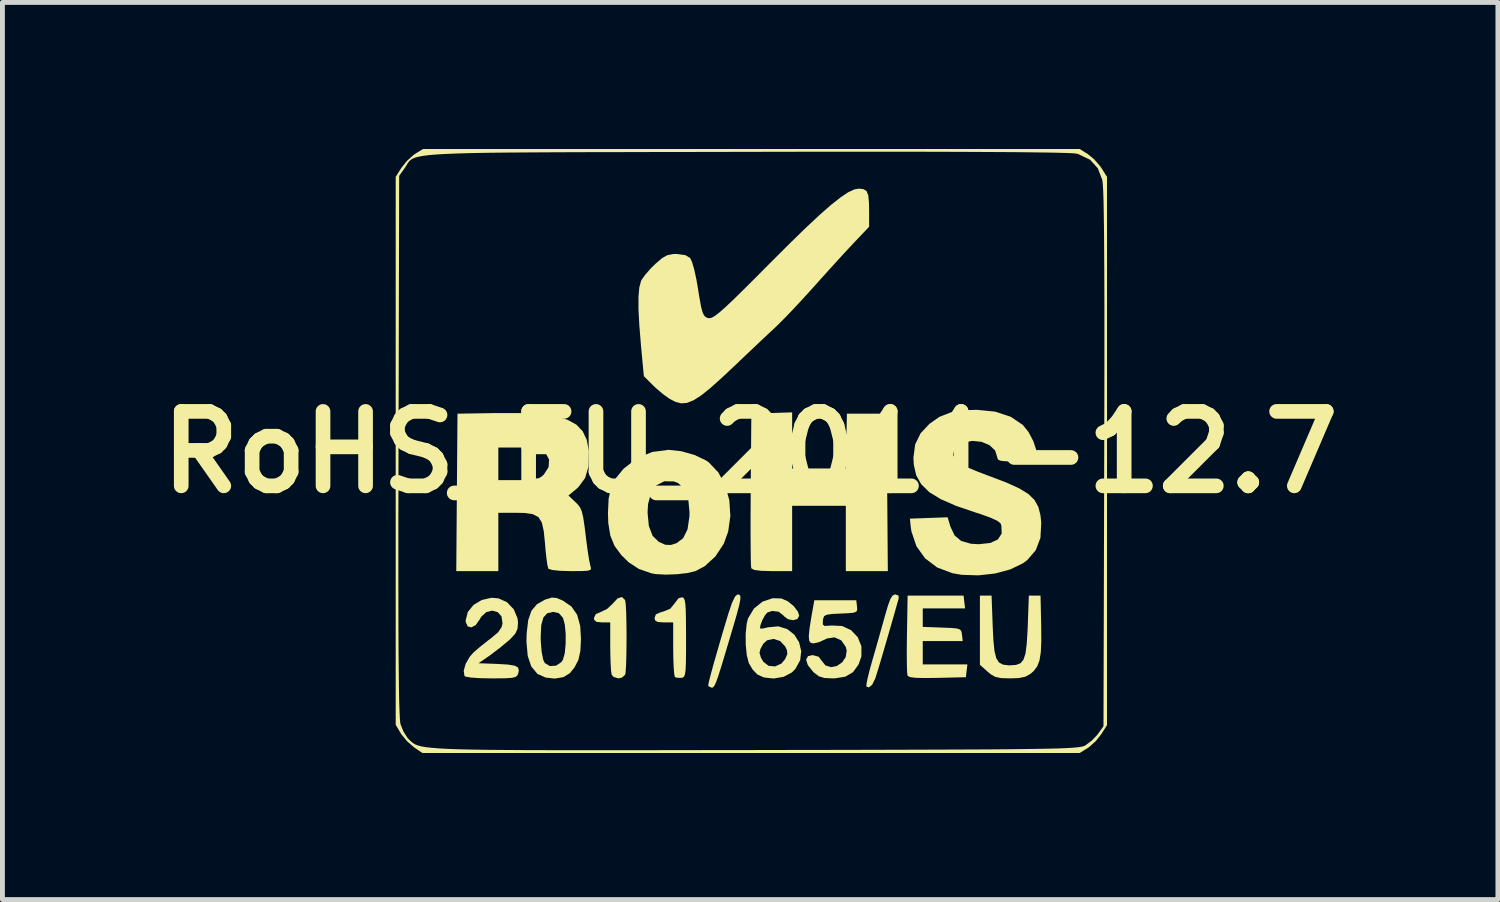
<source format=kicad_pcb>
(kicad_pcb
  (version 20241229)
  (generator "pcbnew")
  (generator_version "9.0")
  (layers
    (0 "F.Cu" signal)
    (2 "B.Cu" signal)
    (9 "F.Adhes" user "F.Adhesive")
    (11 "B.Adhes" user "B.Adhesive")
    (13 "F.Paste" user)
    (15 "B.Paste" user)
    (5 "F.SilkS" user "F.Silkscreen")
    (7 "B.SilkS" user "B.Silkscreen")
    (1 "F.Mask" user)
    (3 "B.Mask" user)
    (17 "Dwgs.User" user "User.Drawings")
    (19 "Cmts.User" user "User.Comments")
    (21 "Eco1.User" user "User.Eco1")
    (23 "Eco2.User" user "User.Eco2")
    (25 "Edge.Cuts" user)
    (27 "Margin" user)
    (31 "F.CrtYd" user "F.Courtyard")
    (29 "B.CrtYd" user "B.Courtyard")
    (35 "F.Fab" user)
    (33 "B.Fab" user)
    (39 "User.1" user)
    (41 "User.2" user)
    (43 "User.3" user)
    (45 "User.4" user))
  (footprint "RoHS_EU_2011-12.7"
    (layer "F.Cu")
    (at 12.308 6.207)
    (property "Reference" "RoHS_EU_2011-12.7" (at 0 0 0) (layer "F.SilkS") (effects (font (size 1.524 1.524) (thickness 0.3))))
    (attr board_only exclude_from_pos_files exclude_from_bom)
    (fp_poly (pts (xy 0.859 0.334) (xy 1.954 0.334) (xy 1.981 -0.788) (xy 2.793 -0.788) (xy 2.818 2.435) (xy 1.958 2.435) (xy 1.958 1.098) (xy 0.859 1.098) (xy 0.859 2.435) (xy 0.452 2.435) (xy 0.224 2.429) (xy 0.084 2.411) (xy 0.024 2.379) (xy 0.022 2.375) (xy 0.016 2.314) (xy 0.012 2.17) (xy 0.01 1.953) (xy 0.008 1.677) (xy 0.008 1.352) (xy 0.01 0.991) (xy 0.011 0.764) (xy 0.024 -0.788) (xy 0.859 -0.815)) (stroke (width 0) (type solid)) (fill yes) (layer "F.SilkS"))
    (fp_poly (pts (xy 3.039 2.938) (xy 3.039 2.996) (xy 2.982 3.2) (xy 2.913 3.443) (xy 2.837 3.706) (xy 2.76 3.97) (xy 2.689 4.214) (xy 2.627 4.42) (xy 2.582 4.567) (xy 2.563 4.627) (xy 2.498 4.76) (xy 2.43 4.816) (xy 2.379 4.798) (xy 2.381 4.745) (xy 2.406 4.62) (xy 2.45 4.444) (xy 2.495 4.284) (xy 2.572 4.016) (xy 2.656 3.719) (xy 2.733 3.445) (xy 2.758 3.354) (xy 2.82 3.143) (xy 2.869 3.009) (xy 2.913 2.938) (xy 2.96 2.913) (xy 2.971 2.912)) (stroke (width 0) (type solid)) (fill yes) (layer "F.SilkS"))
    (fp_poly (pts (xy -0.219 2.92) (xy -0.2 2.952) (xy -0.202 3.023) (xy -0.228 3.147) (xy -0.279 3.337) (xy -0.337 3.537) (xy -0.449 3.914) (xy -0.537 4.209) (xy -0.605 4.432) (xy -0.657 4.594) (xy -0.696 4.703) (xy -0.727 4.771) (xy -0.751 4.807) (xy -0.773 4.82) (xy -0.789 4.822) (xy -0.852 4.793) (xy -0.859 4.77) (xy -0.846 4.701) (xy -0.808 4.554) (xy -0.75 4.34) (xy -0.673 4.073) (xy -0.584 3.764) (xy -0.483 3.426) (xy -0.447 3.306) (xy -0.373 3.088) (xy -0.31 2.955) (xy -0.26 2.912)) (stroke (width 0) (type solid)) (fill yes) (layer "F.SilkS"))
    (fp_poly (pts (xy 4.384 3.068) (xy 4.399 3.199) (xy 3.533 3.199) (xy 3.533 3.577) (xy 3.927 3.591) (xy 4.12 3.599) (xy 4.238 3.611) (xy 4.3 3.634) (xy 4.326 3.675) (xy 4.336 3.736) (xy 4.351 3.867) (xy 3.533 3.867) (xy 3.533 4.345) (xy 4.447 4.345) (xy 4.431 4.476) (xy 4.416 4.607) (xy 3.831 4.621) (xy 3.57 4.624) (xy 3.392 4.62) (xy 3.282 4.607) (xy 3.229 4.584) (xy 3.221 4.571) (xy 3.213 4.504) (xy 3.208 4.359) (xy 3.206 4.153) (xy 3.207 3.905) (xy 3.21 3.722) (xy 3.223 2.936) (xy 4.369 2.936)) (stroke (width 0) (type solid)) (fill yes) (layer "F.SilkS"))
    (fp_poly (pts (xy -2.563 3.026) (xy -2.559 3.036) (xy -2.548 3.113) (xy -2.539 3.265) (xy -2.534 3.468) (xy -2.531 3.702) (xy -2.532 3.944) (xy -2.535 4.172) (xy -2.541 4.366) (xy -2.55 4.503) (xy -2.559 4.556) (xy -2.625 4.615) (xy -2.698 4.631) (xy -2.795 4.602) (xy -2.836 4.556) (xy -2.848 4.478) (xy -2.857 4.329) (xy -2.863 4.133) (xy -2.865 3.983) (xy -2.865 3.485) (xy -3.032 3.485) (xy -3.148 3.474) (xy -3.194 3.432) (xy -3.199 3.394) (xy -3.159 3.313) (xy -3.056 3.271) (xy -2.93 3.21) (xy -2.818 3.105) (xy -2.814 3.1) (xy -2.712 2.991) (xy -2.625 2.965)) (stroke (width 0) (type solid)) (fill yes) (layer "F.SilkS"))
    (fp_poly (pts (xy -1.364 2.984) (xy -1.343 3.023) (xy -1.328 3.1) (xy -1.319 3.228) (xy -1.315 3.421) (xy -1.313 3.692) (xy -1.313 3.796) (xy -1.313 4.092) (xy -1.316 4.306) (xy -1.322 4.451) (xy -1.334 4.542) (xy -1.352 4.592) (xy -1.379 4.614) (xy -1.41 4.621) (xy -1.505 4.618) (xy -1.542 4.601) (xy -1.555 4.543) (xy -1.566 4.409) (xy -1.573 4.221) (xy -1.576 4.026) (xy -1.576 3.485) (xy -1.767 3.485) (xy -1.892 3.477) (xy -1.947 3.444) (xy -1.958 3.392) (xy -1.929 3.319) (xy -1.829 3.276) (xy -1.789 3.267) (xy -1.638 3.207) (xy -1.547 3.095) (xy -1.468 2.992) (xy -1.394 2.97)) (stroke (width 0) (type solid)) (fill yes) (layer "F.SilkS"))
    (fp_poly (pts (xy 4.965 3.567) (xy 4.98 3.862) (xy 5.002 4.074) (xy 5.038 4.217) (xy 5.092 4.304) (xy 5.173 4.349) (xy 5.284 4.363) (xy 5.323 4.364) (xy 5.445 4.355) (xy 5.534 4.321) (xy 5.595 4.248) (xy 5.636 4.123) (xy 5.661 3.932) (xy 5.678 3.664) (xy 5.682 3.567) (xy 5.705 2.936) (xy 5.944 2.936) (xy 5.958 3.555) (xy 5.96 3.864) (xy 5.95 4.093) (xy 5.923 4.262) (xy 5.877 4.384) (xy 5.806 4.479) (xy 5.74 4.537) (xy 5.635 4.596) (xy 5.49 4.625) (xy 5.318 4.631) (xy 5.141 4.626) (xy 5.022 4.602) (xy 4.927 4.549) (xy 4.859 4.492) (xy 4.703 4.353) (xy 4.703 2.936) (xy 4.942 2.936)) (stroke (width 0) (type solid)) (fill yes) (layer "F.SilkS"))
    (fp_poly (pts (xy -3.965 2.984) (xy -3.837 3.038) (xy -3.836 3.038) (xy -3.659 3.16) (xy -3.543 3.328) (xy -3.48 3.556) (xy -3.464 3.819) (xy -3.476 4.068) (xy -3.517 4.254) (xy -3.597 4.408) (xy -3.691 4.524) (xy -3.822 4.605) (xy -3.999 4.635) (xy -4.186 4.615) (xy -4.348 4.543) (xy -4.361 4.533) (xy -4.482 4.387) (xy -4.554 4.173) (xy -4.58 3.884) (xy -4.578 3.771) (xy -4.289 3.771) (xy -4.287 3.872) (xy -4.269 4.092) (xy -4.237 4.25) (xy -4.206 4.316) (xy -4.1 4.379) (xy -3.975 4.371) (xy -3.866 4.298) (xy -3.833 4.249) (xy -3.796 4.117) (xy -3.778 3.928) (xy -3.777 3.72) (xy -3.795 3.529) (xy -3.832 3.394) (xy -3.834 3.39) (xy -3.918 3.295) (xy -4.034 3.27) (xy -4.154 3.297) (xy -4.233 3.383) (xy -4.277 3.538) (xy -4.289 3.771) (xy -4.578 3.771) (xy -4.576 3.709) (xy -4.545 3.441) (xy -4.478 3.247) (xy -4.365 3.112) (xy -4.197 3.018) (xy -4.187 3.015) (xy -4.065 2.977)) (stroke (width 0) (type solid)) (fill yes) (layer "F.SilkS"))
    (fp_poly (pts (xy -5.155 2.992) (xy -4.978 3.072) (xy -4.839 3.218) (xy -4.762 3.404) (xy -4.753 3.492) (xy -4.764 3.618) (xy -4.809 3.716) (xy -4.907 3.822) (xy -4.949 3.86) (xy -5.111 3.995) (xy -5.289 4.131) (xy -5.354 4.178) (xy -5.562 4.321) (xy -5.18 4.335) (xy -4.961 4.348) (xy -4.823 4.37) (xy -4.752 4.409) (xy -4.736 4.47) (xy -4.749 4.531) (xy -4.769 4.575) (xy -4.809 4.604) (xy -4.885 4.621) (xy -5.015 4.629) (xy -5.218 4.631) (xy -5.3 4.631) (xy -5.53 4.627) (xy -5.709 4.615) (xy -5.821 4.597) (xy -5.849 4.582) (xy -5.865 4.476) (xy -5.825 4.334) (xy -5.741 4.188) (xy -5.665 4.102) (xy -5.534 3.988) (xy -5.374 3.861) (xy -5.3 3.805) (xy -5.159 3.686) (xy -5.088 3.579) (xy -5.07 3.503) (xy -5.091 3.362) (xy -5.169 3.275) (xy -5.281 3.244) (xy -5.402 3.274) (xy -5.507 3.37) (xy -5.538 3.425) (xy -5.619 3.539) (xy -5.708 3.587) (xy -5.783 3.567) (xy -5.823 3.477) (xy -5.825 3.444) (xy -5.781 3.272) (xy -5.664 3.128) (xy -5.496 3.026) (xy -5.297 2.981)) (stroke (width 0) (type solid)) (fill yes) (layer "F.SilkS"))
    (fp_poly (pts (xy -1.409 -0.019) (xy -1.14 0.057) (xy -0.907 0.168) (xy -0.846 0.21) (xy -0.651 0.416) (xy -0.51 0.682) (xy -0.427 0.986) (xy -0.406 1.309) (xy -0.451 1.628) (xy -0.541 1.875) (xy -0.713 2.136) (xy -0.933 2.336) (xy -1.118 2.434) (xy -1.282 2.474) (xy -1.5 2.499) (xy -1.732 2.507) (xy -1.935 2.496) (xy -2.019 2.481) (xy -2.277 2.392) (xy -2.487 2.255) (xy -2.638 2.107) (xy -2.777 1.919) (xy -2.863 1.709) (xy -2.905 1.45) (xy -2.912 1.241) (xy -2.911 1.233) (xy -2.101 1.233) (xy -2.075 1.51) (xy -1.998 1.712) (xy -1.871 1.836) (xy -1.869 1.837) (xy -1.737 1.896) (xy -1.626 1.9) (xy -1.509 1.864) (xy -1.373 1.762) (xy -1.283 1.58) (xy -1.244 1.321) (xy -1.242 1.232) (xy -1.268 0.959) (xy -1.346 0.758) (xy -1.473 0.634) (xy -1.564 0.599) (xy -1.759 0.596) (xy -1.916 0.676) (xy -2.028 0.832) (xy -2.09 1.059) (xy -2.101 1.233) (xy -2.911 1.233) (xy -2.898 0.952) (xy -2.848 0.726) (xy -2.752 0.535) (xy -2.601 0.35) (xy -2.587 0.335) (xy -2.319 0.126) (xy -2.006 -0.004) (xy -1.673 -0.048)) (stroke (width 0) (type solid)) (fill yes) (layer "F.SilkS"))
    (fp_poly (pts (xy 2.187 3.161) (xy 2.191 3.227) (xy 2.172 3.267) (xy 2.109 3.288) (xy 1.983 3.298) (xy 1.853 3.304) (xy 1.673 3.313) (xy 1.568 3.328) (xy 1.515 3.356) (xy 1.495 3.406) (xy 1.489 3.445) (xy 1.486 3.526) (xy 1.52 3.557) (xy 1.615 3.553) (xy 1.661 3.548) (xy 1.883 3.559) (xy 2.067 3.645) (xy 2.203 3.789) (xy 2.277 3.973) (xy 2.277 4.181) (xy 2.22 4.344) (xy 2.105 4.504) (xy 1.948 4.596) (xy 1.731 4.63) (xy 1.681 4.631) (xy 1.516 4.623) (xy 1.405 4.588) (xy 1.307 4.513) (xy 1.285 4.492) (xy 1.179 4.357) (xy 1.145 4.248) (xy 1.184 4.176) (xy 1.278 4.154) (xy 1.402 4.188) (xy 1.457 4.261) (xy 1.541 4.366) (xy 1.654 4.401) (xy 1.775 4.377) (xy 1.882 4.304) (xy 1.956 4.195) (xy 1.976 4.061) (xy 1.957 3.986) (xy 1.863 3.851) (xy 1.725 3.791) (xy 1.569 3.815) (xy 1.53 3.835) (xy 1.403 3.892) (xy 1.294 3.915) (xy 1.238 3.903) (xy 1.207 3.858) (xy 1.2 3.765) (xy 1.215 3.61) (xy 1.252 3.377) (xy 1.258 3.342) (xy 1.313 3.032) (xy 2.172 3.032)) (stroke (width 0) (type solid)) (fill yes) (layer "F.SilkS"))
    (fp_poly (pts (xy 0.637 2.995) (xy 0.766 3.05) (xy 0.89 3.15) (xy 0.978 3.266) (xy 1.003 3.349) (xy 0.966 3.417) (xy 0.879 3.44) (xy 0.776 3.42) (xy 0.69 3.357) (xy 0.68 3.342) (xy 0.582 3.266) (xy 0.45 3.25) (xy 0.349 3.284) (xy 0.3 3.344) (xy 0.247 3.443) (xy 0.209 3.544) (xy 0.202 3.607) (xy 0.205 3.611) (xy 0.257 3.61) (xy 0.361 3.587) (xy 0.366 3.585) (xy 0.577 3.566) (xy 0.759 3.622) (xy 0.904 3.737) (xy 1.002 3.894) (xy 1.045 4.074) (xy 1.023 4.26) (xy 0.926 4.436) (xy 0.852 4.511) (xy 0.685 4.599) (xy 0.481 4.634) (xy 0.28 4.612) (xy 0.149 4.553) (xy 0.053 4.454) (xy -0.026 4.322) (xy -0.029 4.316) (xy -0.07 4.156) (xy -0.075 4.106) (xy 0.191 4.106) (xy 0.217 4.199) (xy 0.267 4.289) (xy 0.376 4.374) (xy 0.511 4.386) (xy 0.64 4.327) (xy 0.715 4.237) (xy 0.761 4.133) (xy 0.751 4.048) (xy 0.715 3.975) (xy 0.611 3.865) (xy 0.478 3.823) (xy 0.347 3.851) (xy 0.267 3.923) (xy 0.21 4.03) (xy 0.191 4.106) (xy -0.075 4.106) (xy -0.091 3.941) (xy -0.092 3.713) (xy -0.071 3.51) (xy -0.045 3.405) (xy 0.076 3.203) (xy 0.252 3.06) (xy 0.461 2.99)) (stroke (width 0) (type solid)) (fill yes) (layer "F.SilkS"))
    (fp_poly (pts (xy -4.702 -0.8) (xy -4.306 -0.779) (xy -3.987 -0.735) (xy -3.74 -0.663) (xy -3.556 -0.562) (xy -3.428 -0.427) (xy -3.347 -0.255) (xy -3.307 -0.044) (xy -3.304 -0.006) (xy -3.31 0.293) (xy -3.38 0.53) (xy -3.516 0.715) (xy -3.559 0.753) (xy -3.721 0.887) (xy -3.581 1.019) (xy -3.522 1.078) (xy -3.479 1.138) (xy -3.446 1.217) (xy -3.419 1.332) (xy -3.393 1.501) (xy -3.363 1.742) (xy -3.351 1.838) (xy -3.325 2.033) (xy -3.298 2.203) (xy -3.274 2.315) (xy -3.271 2.328) (xy -3.258 2.378) (xy -3.271 2.41) (xy -3.326 2.427) (xy -3.441 2.434) (xy -3.632 2.435) (xy -3.668 2.435) (xy -3.89 2.429) (xy -4.048 2.413) (xy -4.128 2.388) (xy -4.133 2.382) (xy -4.151 2.314) (xy -4.171 2.174) (xy -4.191 1.987) (xy -4.2 1.873) (xy -4.226 1.616) (xy -4.266 1.44) (xy -4.335 1.33) (xy -4.448 1.27) (xy -4.619 1.245) (xy -4.804 1.241) (xy -5.156 1.241) (xy -5.156 2.435) (xy -6.017 2.435) (xy -6.003 0.573) (xy -5.156 0.573) (xy -4.748 0.573) (xy -4.545 0.57) (xy -4.412 0.559) (xy -4.324 0.533) (xy -4.256 0.487) (xy -4.223 0.456) (xy -4.127 0.306) (xy -4.117 0.15) (xy -4.194 0.007) (xy -4.202 0) (xy -4.262 -0.047) (xy -4.344 -0.076) (xy -4.47 -0.09) (xy -4.663 -0.095) (xy -4.727 -0.095) (xy -5.156 -0.095) (xy -5.156 0.573) (xy -6.003 0.573) (xy -5.992 -0.788) (xy -5.186 -0.801)) (stroke (width 0) (type solid)) (fill yes) (layer "F.SilkS"))
    (fp_poly (pts (xy 2.32 -5.385) (xy 2.383 -5.345) (xy 2.418 -5.257) (xy 2.432 -5.103) (xy 2.435 -4.93) (xy 2.435 -4.615) (xy 2.137 -4.301) (xy 1.998 -4.153) (xy 1.816 -3.955) (xy 1.61 -3.728) (xy 1.399 -3.494) (xy 1.302 -3.385) (xy 1.101 -3.164) (xy 0.901 -2.948) (xy 0.719 -2.758) (xy 0.572 -2.61) (xy 0.514 -2.554) (xy 0.388 -2.438) (xy 0.214 -2.274) (xy 0.01 -2.081) (xy -0.204 -1.878) (xy -0.286 -1.799) (xy -0.579 -1.524) (xy -0.816 -1.312) (xy -1.007 -1.159) (xy -1.164 -1.06) (xy -1.296 -1.008) (xy -1.413 -1) (xy -1.527 -1.029) (xy -1.647 -1.09) (xy -1.657 -1.097) (xy -1.783 -1.187) (xy -1.929 -1.311) (xy -1.994 -1.373) (xy -2.177 -1.556) (xy -2.235 -2.175) (xy -2.269 -2.593) (xy -2.287 -2.926) (xy -2.287 -3.182) (xy -2.27 -3.371) (xy -2.235 -3.502) (xy -2.224 -3.526) (xy -2.151 -3.63) (xy -2.035 -3.762) (xy -1.938 -3.858) (xy -1.802 -3.974) (xy -1.694 -4.034) (xy -1.577 -4.057) (xy -1.512 -4.058) (xy -1.325 -4.033) (xy -1.229 -3.975) (xy -1.19 -3.892) (xy -1.145 -3.737) (xy -1.101 -3.534) (xy -1.078 -3.404) (xy -1.037 -3.151) (xy -1.005 -2.977) (xy -0.975 -2.865) (xy -0.945 -2.8) (xy -0.908 -2.764) (xy -0.875 -2.749) (xy -0.836 -2.742) (xy -0.788 -2.753) (xy -0.723 -2.79) (xy -0.634 -2.857) (xy -0.515 -2.961) (xy -0.357 -3.11) (xy -0.155 -3.308) (xy 0.1 -3.562) (xy 0.406 -3.87) (xy 0.801 -4.264) (xy 1.137 -4.592) (xy 1.421 -4.857) (xy 1.656 -5.063) (xy 1.85 -5.216) (xy 2.005 -5.32) (xy 2.129 -5.378) (xy 2.221 -5.395)) (stroke (width 0) (type solid)) (fill yes) (layer "F.SilkS"))
    (fp_poly (pts (xy 5.016 -0.83) (xy 5.333 -0.725) (xy 5.58 -0.559) (xy 5.698 -0.413) (xy 5.798 -0.223) (xy 5.86 -0.032) (xy 5.872 0.06) (xy 5.873 0.191) (xy 5.467 0.191) (xy 5.268 0.189) (xy 5.146 0.179) (xy 5.083 0.159) (xy 5.061 0.124) (xy 5.059 0.107) (xy 5.014 -0.035) (xy 4.899 -0.144) (xy 4.736 -0.212) (xy 4.548 -0.231) (xy 4.357 -0.194) (xy 4.295 -0.166) (xy 4.183 -0.067) (xy 4.155 0.056) (xy 4.215 0.181) (xy 4.239 0.206) (xy 4.315 0.251) (xy 4.462 0.318) (xy 4.658 0.399) (xy 4.884 0.485) (xy 4.917 0.497) (xy 5.253 0.625) (xy 5.508 0.741) (xy 5.693 0.855) (xy 5.82 0.978) (xy 5.899 1.12) (xy 5.943 1.291) (xy 5.959 1.449) (xy 5.942 1.754) (xy 5.847 2.006) (xy 5.673 2.209) (xy 5.585 2.274) (xy 5.328 2.399) (xy 5.013 2.484) (xy 4.67 2.522) (xy 4.331 2.511) (xy 4.14 2.478) (xy 3.829 2.361) (xy 3.582 2.175) (xy 3.404 1.927) (xy 3.301 1.623) (xy 3.284 1.504) (xy 3.27 1.361) (xy 3.656 1.347) (xy 4.042 1.333) (xy 4.1 1.526) (xy 4.185 1.705) (xy 4.321 1.819) (xy 4.52 1.875) (xy 4.683 1.884) (xy 4.915 1.859) (xy 5.072 1.785) (xy 5.149 1.666) (xy 5.143 1.507) (xy 5.127 1.46) (xy 5.068 1.41) (xy 4.929 1.345) (xy 4.724 1.27) (xy 4.614 1.235) (xy 4.214 1.099) (xy 3.901 0.962) (xy 3.666 0.818) (xy 3.502 0.657) (xy 3.399 0.474) (xy 3.35 0.26) (xy 3.342 0.115) (xy 3.377 -0.158) (xy 3.489 -0.387) (xy 3.67 -0.58) (xy 3.874 -0.723) (xy 4.104 -0.813) (xy 4.382 -0.859) (xy 4.641 -0.867)) (stroke (width 0) (type solid)) (fill yes) (layer "F.SilkS"))
    (fp_poly (pts (xy 6.908 -6.106) (xy 7.041 -5.997) (xy 7.164 -5.856) (xy 7.189 -5.82) (xy 7.305 -5.636) (xy 7.305 5.588) (xy 7.189 5.772) (xy 7.076 5.914) (xy 6.941 6.036) (xy 6.908 6.058) (xy 6.745 6.159) (xy -6.71 6.159) (xy -6.882 6.042) (xy -7.02 5.922) (xy -7.14 5.778) (xy -7.155 5.753) (xy -7.257 5.581) (xy -7.257 2.334) (xy -7.203 2.334) (xy -7.202 2.985) (xy -7.201 3.554) (xy -7.199 4.045) (xy -7.195 4.461) (xy -7.191 4.806) (xy -7.186 5.083) (xy -7.179 5.296) (xy -7.172 5.447) (xy -7.164 5.541) (xy -7.158 5.571) (xy -7.097 5.723) (xy -7.014 5.851) (xy -6.994 5.873) (xy -6.96 5.906) (xy -6.929 5.935) (xy -6.894 5.961) (xy -6.853 5.985) (xy -6.799 6.005) (xy -6.728 6.024) (xy -6.635 6.04) (xy -6.515 6.053) (xy -6.365 6.065) (xy -6.178 6.075) (xy -5.951 6.083) (xy -5.678 6.089) (xy -5.355 6.094) (xy -4.976 6.097) (xy -4.538 6.1) (xy -4.035 6.101) (xy -3.463 6.102) (xy -2.817 6.102) (xy -2.092 6.101) (xy -1.284 6.1) (xy -0.387 6.098) (xy 0.095 6.098) (xy 1.025 6.096) (xy 1.864 6.095) (xy 2.617 6.093) (xy 3.289 6.091) (xy 3.884 6.089) (xy 4.407 6.087) (xy 4.864 6.085) (xy 5.259 6.082) (xy 5.596 6.078) (xy 5.88 6.074) (xy 6.117 6.07) (xy 6.311 6.065) (xy 6.466 6.059) (xy 6.588 6.052) (xy 6.681 6.044) (xy 6.75 6.036) (xy 6.8 6.026) (xy 6.835 6.016) (xy 6.859 6.005) (xy 6.991 5.907) (xy 7.112 5.78) (xy 7.122 5.766) (xy 7.233 5.61) (xy 7.248 0.143) (xy 7.25 -0.786) (xy 7.252 -1.623) (xy 7.252 -2.37) (xy 7.252 -3.031) (xy 7.25 -3.608) (xy 7.247 -4.105) (xy 7.244 -4.525) (xy 7.239 -4.87) (xy 7.234 -5.144) (xy 7.227 -5.35) (xy 7.219 -5.491) (xy 7.21 -5.569) (xy 7.209 -5.572) (xy 7.117 -5.812) (xy 6.958 -5.987) (xy 6.725 -6.099) (xy 6.686 -6.111) (xy 6.611 -6.119) (xy 6.45 -6.126) (xy 6.2 -6.132) (xy 5.863 -6.137) (xy 5.436 -6.142) (xy 4.919 -6.145) (xy 4.311 -6.148) (xy 3.611 -6.15) (xy 2.819 -6.151) (xy 1.934 -6.151) (xy 0.955 -6.15) (xy -0.08 -6.148) (xy -1.019 -6.146) (xy -1.867 -6.145) (xy -2.63 -6.143) (xy -3.311 -6.142) (xy -3.915 -6.14) (xy -4.448 -6.137) (xy -4.914 -6.134) (xy -5.317 -6.13) (xy -5.662 -6.124) (xy -5.955 -6.116) (xy -6.2 -6.107) (xy -6.401 -6.096) (xy -6.563 -6.083) (xy -6.692 -6.067) (xy -6.791 -6.049) (xy -6.866 -6.028) (xy -6.921 -6.003) (xy -6.961 -5.976) (xy -6.991 -5.944) (xy -7.015 -5.909) (xy -7.038 -5.87) (xy -7.065 -5.827) (xy -7.074 -5.814) (xy -7.186 -5.658) (xy -7.199 -0.143) (xy -7.201 0.773) (xy -7.203 1.598) (xy -7.203 2.334) (xy -7.257 2.334) (xy -7.257 -5.636) (xy -7.141 -5.82) (xy -7.028 -5.962) (xy -6.893 -6.084) (xy -6.861 -6.106) (xy -6.697 -6.207) (xy 6.745 -6.207)) (stroke (width 0) (type solid)) (fill yes) (layer "F.SilkS")))
  (gr_rect
    (start -3 -3)
    (end 27.616 15.366)
    (stroke (width 0.1) (type default))
    (fill no)
    (layer "Edge.Cuts")))
</source>
